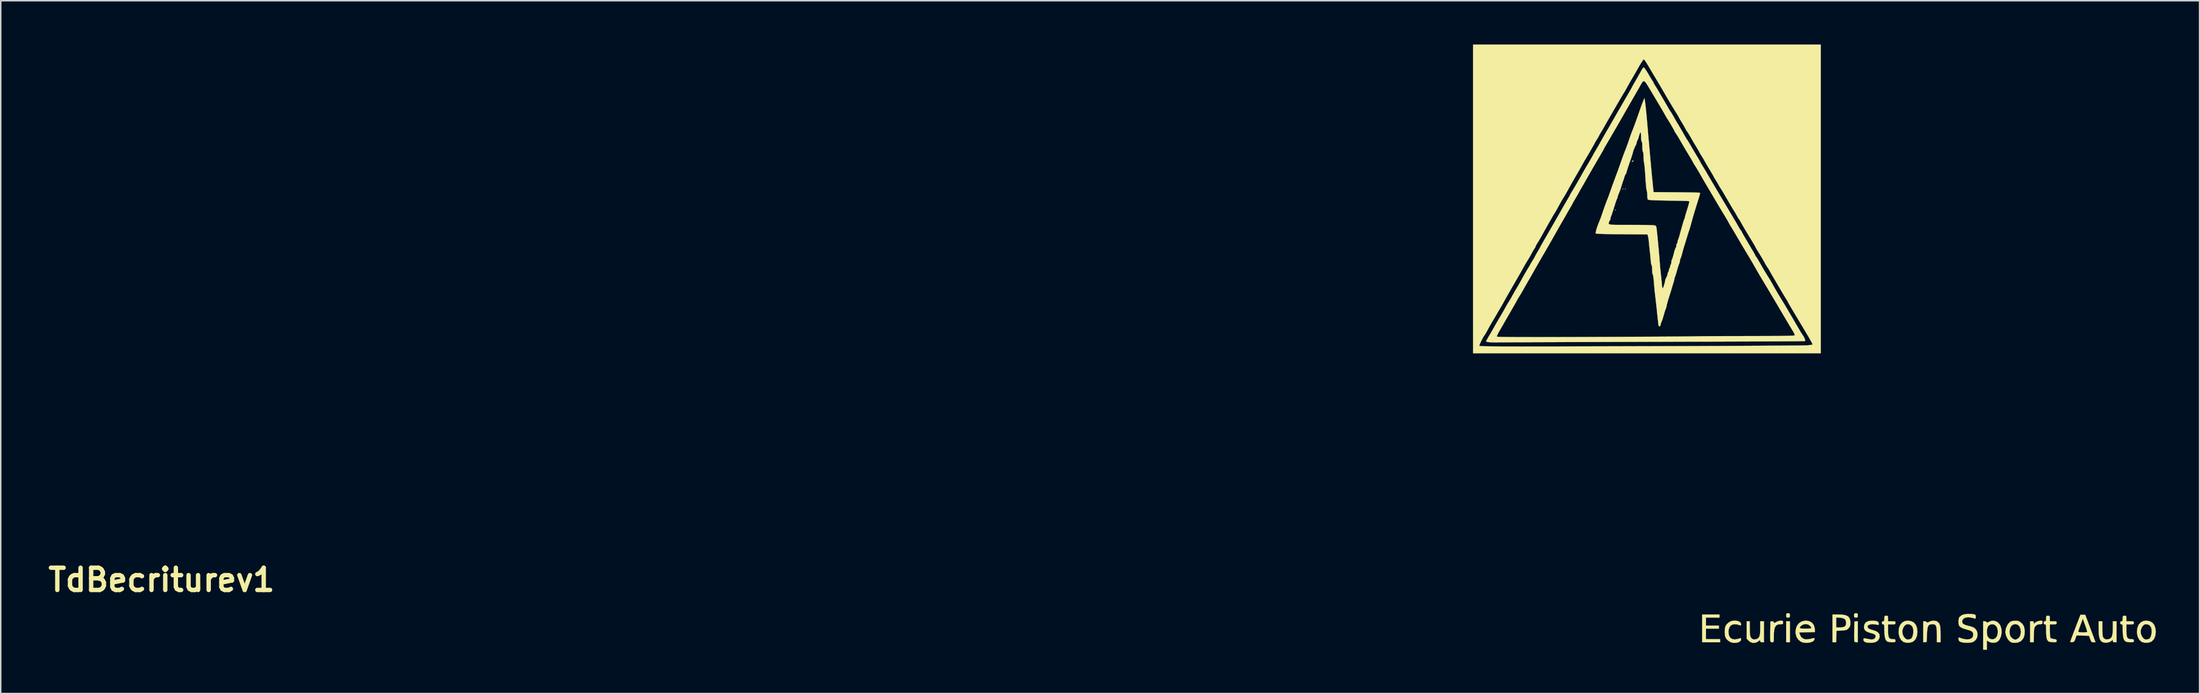
<source format=kicad_pcb>
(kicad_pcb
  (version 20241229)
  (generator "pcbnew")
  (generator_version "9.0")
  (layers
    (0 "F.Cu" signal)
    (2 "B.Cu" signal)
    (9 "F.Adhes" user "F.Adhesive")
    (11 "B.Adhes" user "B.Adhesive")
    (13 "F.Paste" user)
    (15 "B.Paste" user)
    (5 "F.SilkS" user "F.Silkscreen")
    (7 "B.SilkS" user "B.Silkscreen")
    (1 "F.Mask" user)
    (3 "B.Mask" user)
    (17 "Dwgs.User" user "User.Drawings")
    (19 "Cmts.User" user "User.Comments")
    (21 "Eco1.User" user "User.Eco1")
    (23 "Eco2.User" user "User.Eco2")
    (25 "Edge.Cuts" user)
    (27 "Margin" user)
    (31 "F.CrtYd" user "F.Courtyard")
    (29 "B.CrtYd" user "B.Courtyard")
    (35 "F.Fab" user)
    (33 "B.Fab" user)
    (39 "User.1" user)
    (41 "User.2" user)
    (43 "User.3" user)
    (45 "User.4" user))
  (footprint "TdBecriturev1"
    (layer "F.Cu")
    (at 8.026 36.708)
    (property "Reference" "TdBecriturev1" (at 0 0 0) (layer "F.SilkS") (effects (font (size 1.524 1.524) (thickness 0.3))))
    (attr through_hole)
    (fp_poly (pts (xy 111.633 4.276) (xy 111.379 4.276) (xy 111.379 2.836) (xy 111.633 2.836) (xy 111.633 4.276)) (stroke (width 0.01) (type solid)) (fill yes) (layer "F.SilkS"))
    (fp_poly (pts (xy 99.681 -25.386) (xy 99.686 -25.336) (xy 99.681 -25.329) (xy 99.656 -25.335) (xy 99.653 -25.358) (xy 99.668 -25.393) (xy 99.681 -25.386)) (stroke (width 0.01) (type solid)) (fill yes) (layer "F.SilkS"))
    (fp_poly (pts (xy 100.189 -26.825) (xy 100.194 -26.775) (xy 100.189 -26.769) (xy 100.164 -26.775) (xy 100.161 -26.797) (xy 100.176 -26.832) (xy 100.189 -26.825)) (stroke (width 0.01) (type solid)) (fill yes) (layer "F.SilkS"))
    (fp_poly (pts (xy 100.358 -26.825) (xy 100.363 -26.775) (xy 100.358 -26.769) (xy 100.333 -26.775) (xy 100.33 -26.797) (xy 100.345 -26.832) (xy 100.358 -26.825)) (stroke (width 0.01) (type solid)) (fill yes) (layer "F.SilkS"))
    (fp_poly (pts (xy 100.903 -28.743) (xy 100.898 -28.729) (xy 100.86 -28.677) (xy 100.815 -28.655) (xy 100.796 -28.676) (xy 100.824 -28.712) (xy 100.86 -28.745) (xy 100.906 -28.776) (xy 100.903 -28.743)) (stroke (width 0.01) (type solid)) (fill yes) (layer "F.SilkS"))
    (fp_poly (pts (xy 106.807 2.582) (xy 105.876 2.582) (xy 105.876 3.133) (xy 106.765 3.133) (xy 106.765 3.344) (xy 105.876 3.344) (xy 105.876 4.064) (xy 106.849 4.064) (xy 106.849 4.276) (xy 105.622 4.276) (xy 105.622 2.371) (xy 106.807 2.371) (xy 106.807 2.582)) (stroke (width 0.01) (type solid)) (fill yes) (layer "F.SilkS"))
    (fp_poly (pts (xy 111.591 2.294) (xy 111.626 2.336) (xy 111.633 2.434) (xy 111.626 2.534) (xy 111.59 2.575) (xy 111.506 2.582) (xy 111.421 2.574) (xy 111.386 2.532) (xy 111.379 2.434) (xy 111.386 2.335) (xy 111.422 2.294) (xy 111.506 2.286) (xy 111.591 2.294)) (stroke (width 0.01) (type solid)) (fill yes) (layer "F.SilkS"))
    (fp_poly (pts (xy 116.248 2.294) (xy 116.283 2.336) (xy 116.29 2.434) (xy 116.283 2.534) (xy 116.247 2.575) (xy 116.163 2.582) (xy 116.077 2.574) (xy 116.042 2.532) (xy 116.036 2.434) (xy 116.043 2.335) (xy 116.079 2.294) (xy 116.163 2.286) (xy 116.248 2.294)) (stroke (width 0.01) (type solid)) (fill yes) (layer "F.SilkS"))
    (fp_poly (pts (xy 116.29 4.276) (xy 116.183 4.276) (xy 116.094 4.256) (xy 116.054 4.221) (xy 116.048 4.161) (xy 116.044 4.033) (xy 116.042 3.853) (xy 116.043 3.635) (xy 116.045 3.512) (xy 116.057 2.857) (xy 116.173 2.844) (xy 116.29 2.831) (xy 116.29 4.276)) (stroke (width 0.01) (type solid)) (fill yes) (layer "F.SilkS"))
    (fp_poly (pts (xy 128.928 2.806) (xy 128.946 2.853) (xy 128.947 2.91) (xy 128.941 2.99) (xy 128.905 3.027) (xy 128.817 3.036) (xy 128.774 3.036) (xy 128.625 3.057) (xy 128.51 3.129) (xy 128.488 3.149) (xy 128.441 3.201) (xy 128.408 3.257) (xy 128.387 3.333) (xy 128.374 3.446) (xy 128.366 3.616) (xy 128.361 3.769) (xy 128.346 4.276) (xy 128.101 4.276) (xy 128.101 2.836) (xy 128.228 2.836) (xy 128.32 2.849) (xy 128.353 2.898) (xy 128.355 2.928) (xy 128.355 3.02) (xy 128.458 2.923) (xy 128.595 2.843) (xy 128.754 2.805) (xy 128.872 2.794) (xy 128.928 2.806)) (stroke (width 0.01) (type solid)) (fill yes) (layer "F.SilkS"))
    (fp_poly (pts (xy 108.881 3.296) (xy 108.886 3.5) (xy 108.897 3.686) (xy 108.915 3.83) (xy 108.929 3.891) (xy 109.011 4.022) (xy 109.138 4.082) (xy 109.303 4.071) (xy 109.333 4.062) (xy 109.438 4.012) (xy 109.513 3.936) (xy 109.562 3.819) (xy 109.589 3.649) (xy 109.6 3.413) (xy 109.601 3.304) (xy 109.601 2.836) (xy 109.855 2.836) (xy 109.855 4.276) (xy 109.728 4.276) (xy 109.636 4.263) (xy 109.603 4.214) (xy 109.601 4.187) (xy 109.597 4.135) (xy 109.571 4.131) (xy 109.507 4.178) (xy 109.471 4.208) (xy 109.297 4.305) (xy 109.111 4.323) (xy 108.93 4.264) (xy 108.814 4.174) (xy 108.67 4.03) (xy 108.67 2.836) (xy 108.881 2.836) (xy 108.881 3.296)) (stroke (width 0.01) (type solid)) (fill yes) (layer "F.SilkS"))
    (fp_poly (pts (xy 133.054 3.32) (xy 133.057 3.525) (xy 133.067 3.709) (xy 133.081 3.848) (xy 133.095 3.914) (xy 133.179 4.027) (xy 133.311 4.081) (xy 133.476 4.07) (xy 133.508 4.061) (xy 133.612 4.009) (xy 133.687 3.924) (xy 133.735 3.794) (xy 133.763 3.608) (xy 133.773 3.353) (xy 133.773 3.282) (xy 133.773 2.836) (xy 134.027 2.836) (xy 134.027 4.276) (xy 133.9 4.276) (xy 133.808 4.263) (xy 133.775 4.214) (xy 133.773 4.184) (xy 133.773 4.092) (xy 133.669 4.19) (xy 133.535 4.267) (xy 133.361 4.305) (xy 133.182 4.3) (xy 133.048 4.257) (xy 132.95 4.175) (xy 132.88 4.051) (xy 132.833 3.875) (xy 132.807 3.635) (xy 132.8 3.343) (xy 132.8 2.836) (xy 133.054 2.836) (xy 133.054 3.32)) (stroke (width 0.01) (type solid)) (fill yes) (layer "F.SilkS"))
    (fp_poly (pts (xy 115.25 2.384) (xy 115.469 2.426) (xy 115.623 2.505) (xy 115.721 2.625) (xy 115.771 2.792) (xy 115.782 2.961) (xy 115.771 3.11) (xy 115.73 3.219) (xy 115.66 3.31) (xy 115.594 3.378) (xy 115.528 3.42) (xy 115.44 3.445) (xy 115.305 3.461) (xy 115.184 3.469) (xy 114.829 3.493) (xy 114.805 4.276) (xy 114.554 4.276) (xy 114.554 3.26) (xy 114.808 3.26) (xy 115.053 3.26) (xy 115.239 3.246) (xy 115.371 3.206) (xy 115.391 3.194) (xy 115.456 3.124) (xy 115.483 3.016) (xy 115.485 2.946) (xy 115.465 2.791) (xy 115.398 2.686) (xy 115.271 2.623) (xy 115.075 2.591) (xy 115.06 2.59) (xy 114.808 2.572) (xy 114.808 3.26) (xy 114.554 3.26) (xy 114.554 2.371) (xy 114.958 2.371) (xy 115.25 2.384)) (stroke (width 0.01) (type solid)) (fill yes) (layer "F.SilkS"))
    (fp_poly (pts (xy 121.671 2.825) (xy 121.741 2.86) (xy 121.826 2.933) (xy 121.887 3.022) (xy 121.927 3.144) (xy 121.95 3.312) (xy 121.961 3.541) (xy 121.962 3.723) (xy 121.962 4.276) (xy 121.708 4.276) (xy 121.708 3.751) (xy 121.704 3.485) (xy 121.687 3.292) (xy 121.653 3.161) (xy 121.598 3.082) (xy 121.515 3.044) (xy 121.401 3.035) (xy 121.391 3.035) (xy 121.266 3.049) (xy 121.175 3.089) (xy 121.112 3.167) (xy 121.071 3.295) (xy 121.046 3.484) (xy 121.031 3.737) (xy 121.01 4.255) (xy 120.893 4.268) (xy 120.777 4.281) (xy 120.777 2.836) (xy 120.884 2.836) (xy 120.974 2.858) (xy 121.015 2.897) (xy 121.042 2.93) (xy 121.098 2.918) (xy 121.172 2.876) (xy 121.33 2.815) (xy 121.508 2.797) (xy 121.671 2.825)) (stroke (width 0.01) (type solid)) (fill yes) (layer "F.SilkS"))
    (fp_poly (pts (xy 111.113 2.8) (xy 111.157 2.831) (xy 111.167 2.906) (xy 111.167 2.917) (xy 111.162 2.993) (xy 111.129 3.028) (xy 111.047 3.038) (xy 110.977 3.037) (xy 110.821 3.053) (xy 110.704 3.112) (xy 110.62 3.221) (xy 110.567 3.39) (xy 110.539 3.626) (xy 110.533 3.884) (xy 110.532 4.067) (xy 110.526 4.182) (xy 110.512 4.244) (xy 110.485 4.27) (xy 110.44 4.276) (xy 110.425 4.276) (xy 110.336 4.256) (xy 110.297 4.221) (xy 110.29 4.161) (xy 110.286 4.033) (xy 110.285 3.853) (xy 110.286 3.635) (xy 110.288 3.512) (xy 110.299 2.857) (xy 110.416 2.844) (xy 110.506 2.849) (xy 110.532 2.897) (xy 110.538 2.947) (xy 110.567 2.956) (xy 110.638 2.922) (xy 110.711 2.879) (xy 110.851 2.821) (xy 111 2.794) (xy 111.009 2.794) (xy 111.113 2.8)) (stroke (width 0.01) (type solid)) (fill yes) (layer "F.SilkS"))
    (fp_poly (pts (xy 107.969 2.8) (xy 108.119 2.841) (xy 108.232 2.91) (xy 108.286 3.006) (xy 108.289 3.032) (xy 108.278 3.109) (xy 108.234 3.118) (xy 108.215 3.111) (xy 107.97 3.04) (xy 107.765 3.039) (xy 107.603 3.107) (xy 107.49 3.241) (xy 107.431 3.438) (xy 107.423 3.559) (xy 107.451 3.786) (xy 107.535 3.951) (xy 107.67 4.05) (xy 107.853 4.083) (xy 108.08 4.047) (xy 108.215 4) (xy 108.269 3.995) (xy 108.288 4.051) (xy 108.289 4.08) (xy 108.251 4.181) (xy 108.151 4.257) (xy 108.008 4.305) (xy 107.842 4.321) (xy 107.671 4.301) (xy 107.517 4.243) (xy 107.484 4.223) (xy 107.333 4.104) (xy 107.237 3.98) (xy 107.186 3.827) (xy 107.168 3.622) (xy 107.167 3.556) (xy 107.178 3.333) (xy 107.219 3.169) (xy 107.302 3.04) (xy 107.438 2.922) (xy 107.484 2.889) (xy 107.632 2.821) (xy 107.8 2.792) (xy 107.969 2.8)) (stroke (width 0.01) (type solid)) (fill yes) (layer "F.SilkS"))
    (fp_poly (pts (xy 125.665 2.808) (xy 125.847 2.882) (xy 125.997 3.021) (xy 126.07 3.144) (xy 126.136 3.369) (xy 126.148 3.613) (xy 126.108 3.852) (xy 126.022 4.062) (xy 125.907 4.207) (xy 125.765 4.283) (xy 125.585 4.311) (xy 125.401 4.288) (xy 125.287 4.24) (xy 125.137 4.152) (xy 125.137 4.784) (xy 124.883 4.784) (xy 124.883 3.549) (xy 125.139 3.549) (xy 125.151 3.735) (xy 125.189 3.878) (xy 125.287 4.002) (xy 125.426 4.068) (xy 125.58 4.07) (xy 125.724 4.003) (xy 125.739 3.99) (xy 125.83 3.86) (xy 125.88 3.682) (xy 125.886 3.486) (xy 125.847 3.298) (xy 125.795 3.193) (xy 125.678 3.081) (xy 125.535 3.035) (xy 125.387 3.054) (xy 125.259 3.137) (xy 125.2 3.22) (xy 125.156 3.364) (xy 125.139 3.549) (xy 124.883 3.549) (xy 124.883 2.836) (xy 124.99 2.836) (xy 125.08 2.858) (xy 125.121 2.897) (xy 125.149 2.93) (xy 125.204 2.918) (xy 125.278 2.876) (xy 125.47 2.804) (xy 125.665 2.808)) (stroke (width 0.01) (type solid)) (fill yes) (layer "F.SilkS"))
    (fp_poly (pts (xy 119.955 2.829) (xy 120.141 2.931) (xy 120.275 3.096) (xy 120.354 3.323) (xy 120.375 3.556) (xy 120.346 3.83) (xy 120.259 4.046) (xy 120.118 4.201) (xy 120.056 4.24) (xy 119.861 4.304) (xy 119.647 4.312) (xy 119.448 4.263) (xy 119.388 4.232) (xy 119.246 4.099) (xy 119.144 3.905) (xy 119.091 3.668) (xy 119.086 3.556) (xy 119.338 3.556) (xy 119.363 3.72) (xy 119.428 3.872) (xy 119.521 3.996) (xy 119.628 4.074) (xy 119.735 4.09) (xy 119.754 4.085) (xy 119.85 4.065) (xy 119.871 4.064) (xy 119.953 4.025) (xy 120.02 3.923) (xy 120.068 3.777) (xy 120.094 3.607) (xy 120.093 3.434) (xy 120.062 3.278) (xy 120.037 3.22) (xy 119.935 3.102) (xy 119.795 3.039) (xy 119.645 3.041) (xy 119.597 3.059) (xy 119.485 3.152) (xy 119.395 3.3) (xy 119.344 3.474) (xy 119.338 3.556) (xy 119.086 3.556) (xy 119.116 3.289) (xy 119.205 3.073) (xy 119.346 2.914) (xy 119.534 2.819) (xy 119.719 2.794) (xy 119.955 2.829)) (stroke (width 0.01) (type solid)) (fill yes) (layer "F.SilkS"))
    (fp_poly (pts (xy 136.296 2.829) (xy 136.482 2.931) (xy 136.616 3.096) (xy 136.694 3.323) (xy 136.715 3.556) (xy 136.686 3.83) (xy 136.6 4.046) (xy 136.458 4.201) (xy 136.397 4.24) (xy 136.202 4.304) (xy 135.987 4.312) (xy 135.789 4.263) (xy 135.729 4.232) (xy 135.586 4.099) (xy 135.485 3.905) (xy 135.432 3.668) (xy 135.426 3.556) (xy 135.678 3.556) (xy 135.703 3.72) (xy 135.769 3.872) (xy 135.862 3.996) (xy 135.969 4.074) (xy 136.076 4.09) (xy 136.095 4.085) (xy 136.19 4.065) (xy 136.212 4.064) (xy 136.293 4.025) (xy 136.36 3.923) (xy 136.409 3.777) (xy 136.435 3.607) (xy 136.434 3.434) (xy 136.403 3.278) (xy 136.378 3.22) (xy 136.276 3.102) (xy 136.136 3.039) (xy 135.986 3.041) (xy 135.937 3.059) (xy 135.825 3.152) (xy 135.736 3.3) (xy 135.685 3.474) (xy 135.678 3.556) (xy 135.426 3.556) (xy 135.457 3.289) (xy 135.546 3.073) (xy 135.687 2.914) (xy 135.875 2.819) (xy 136.06 2.794) (xy 136.296 2.829)) (stroke (width 0.01) (type solid)) (fill yes) (layer "F.SilkS"))
    (fp_poly (pts (xy 132.12 3.027) (xy 132.212 3.273) (xy 132.305 3.519) (xy 132.388 3.741) (xy 132.453 3.917) (xy 132.473 3.969) (xy 132.586 4.276) (xy 132.444 4.276) (xy 132.361 4.269) (xy 132.307 4.238) (xy 132.263 4.16) (xy 132.222 4.053) (xy 132.143 3.831) (xy 131.287 3.807) (xy 131.207 4.031) (xy 131.156 4.161) (xy 131.108 4.23) (xy 131.045 4.26) (xy 130.99 4.268) (xy 130.897 4.268) (xy 130.853 4.249) (xy 130.853 4.247) (xy 130.868 4.199) (xy 130.909 4.084) (xy 130.972 3.913) (xy 131.053 3.698) (xy 131.109 3.55) (xy 131.403 3.55) (xy 131.441 3.573) (xy 131.537 3.589) (xy 131.667 3.598) (xy 131.805 3.599) (xy 131.924 3.59) (xy 132 3.573) (xy 132.012 3.564) (xy 132.007 3.512) (xy 131.976 3.399) (xy 131.926 3.243) (xy 131.874 3.095) (xy 131.714 2.66) (xy 131.559 3.081) (xy 131.494 3.259) (xy 131.443 3.409) (xy 131.41 3.513) (xy 131.403 3.55) (xy 131.109 3.55) (xy 131.147 3.45) (xy 131.204 3.302) (xy 131.553 2.392) (xy 131.88 2.392) (xy 132.12 3.027)) (stroke (width 0.01) (type solid)) (fill yes) (layer "F.SilkS"))
    (fp_poly (pts (xy 127.294 2.818) (xy 127.394 2.868) (xy 127.421 2.886) (xy 127.581 3.026) (xy 127.68 3.196) (xy 127.726 3.413) (xy 127.732 3.556) (xy 127.71 3.808) (xy 127.64 4.002) (xy 127.514 4.155) (xy 127.425 4.223) (xy 127.264 4.291) (xy 127.068 4.317) (xy 126.875 4.299) (xy 126.806 4.277) (xy 126.671 4.183) (xy 126.552 4.028) (xy 126.461 3.837) (xy 126.412 3.634) (xy 126.408 3.556) (xy 126.411 3.537) (xy 126.693 3.537) (xy 126.711 3.753) (xy 126.781 3.912) (xy 126.913 4.03) (xy 127.068 4.105) (xy 127.106 4.094) (xy 127.192 4.064) (xy 127.197 4.063) (xy 127.336 3.971) (xy 127.427 3.815) (xy 127.465 3.602) (xy 127.466 3.556) (xy 127.438 3.338) (xy 127.362 3.173) (xy 127.244 3.067) (xy 127.094 3.03) (xy 126.956 3.055) (xy 126.825 3.143) (xy 126.735 3.296) (xy 126.695 3.497) (xy 126.693 3.537) (xy 126.411 3.537) (xy 126.446 3.317) (xy 126.549 3.09) (xy 126.637 2.973) (xy 126.728 2.884) (xy 126.815 2.836) (xy 126.933 2.812) (xy 127.026 2.804) (xy 127.184 2.8) (xy 127.294 2.818)) (stroke (width 0.01) (type solid)) (fill yes) (layer "F.SilkS"))
    (fp_poly (pts (xy 112.963 2.83) (xy 113.145 2.934) (xy 113.272 3.095) (xy 113.335 3.308) (xy 113.34 3.374) (xy 113.347 3.577) (xy 112.811 3.589) (xy 112.275 3.601) (xy 112.312 3.732) (xy 112.401 3.913) (xy 112.542 4.029) (xy 112.733 4.078) (xy 112.971 4.06) (xy 113.046 4.042) (xy 113.197 4.004) (xy 113.282 3.987) (xy 113.319 3.994) (xy 113.325 4.027) (xy 113.319 4.075) (xy 113.266 4.17) (xy 113.149 4.245) (xy 112.99 4.295) (xy 112.806 4.317) (xy 112.619 4.308) (xy 112.447 4.264) (xy 112.394 4.24) (xy 112.209 4.096) (xy 112.085 3.899) (xy 112.025 3.661) (xy 112.033 3.411) (xy 112.073 3.279) (xy 112.309 3.279) (xy 112.347 3.317) (xy 112.455 3.337) (xy 112.638 3.344) (xy 112.713 3.344) (xy 112.888 3.34) (xy 113.024 3.33) (xy 113.102 3.314) (xy 113.115 3.304) (xy 113.089 3.248) (xy 113.027 3.163) (xy 113.016 3.149) (xy 112.888 3.06) (xy 112.726 3.027) (xy 112.559 3.05) (xy 112.418 3.131) (xy 112.416 3.133) (xy 112.334 3.219) (xy 112.309 3.279) (xy 112.073 3.279) (xy 112.106 3.171) (xy 112.241 2.984) (xy 112.428 2.856) (xy 112.66 2.797) (xy 112.734 2.794) (xy 112.963 2.83)) (stroke (width 0.01) (type solid)) (fill yes) (layer "F.SilkS"))
    (fp_poly (pts (xy 117.272 2.798) (xy 117.476 2.809) (xy 117.609 2.836) (xy 117.685 2.884) (xy 117.719 2.959) (xy 117.721 2.976) (xy 117.727 3.043) (xy 117.711 3.077) (xy 117.656 3.081) (xy 117.543 3.062) (xy 117.475 3.049) (xy 117.296 3.032) (xy 117.136 3.05) (xy 117.015 3.099) (xy 116.955 3.173) (xy 116.968 3.271) (xy 117.062 3.353) (xy 117.238 3.42) (xy 117.284 3.432) (xy 117.526 3.511) (xy 117.688 3.613) (xy 117.774 3.742) (xy 117.785 3.901) (xy 117.759 4.008) (xy 117.665 4.162) (xy 117.508 4.264) (xy 117.29 4.31) (xy 117.179 4.313) (xy 117.032 4.307) (xy 116.909 4.295) (xy 116.861 4.287) (xy 116.731 4.227) (xy 116.673 4.132) (xy 116.671 4.104) (xy 116.68 4.04) (xy 116.718 4.01) (xy 116.801 4.011) (xy 116.944 4.04) (xy 116.994 4.052) (xy 117.216 4.086) (xy 117.377 4.064) (xy 117.476 3.986) (xy 117.509 3.887) (xy 117.508 3.813) (xy 117.474 3.757) (xy 117.394 3.71) (xy 117.254 3.663) (xy 117.115 3.625) (xy 116.913 3.553) (xy 116.786 3.459) (xy 116.723 3.331) (xy 116.713 3.231) (xy 116.746 3.043) (xy 116.844 2.908) (xy 117.008 2.826) (xy 117.237 2.798) (xy 117.272 2.798)) (stroke (width 0.01) (type solid)) (fill yes) (layer "F.SilkS"))
    (fp_poly (pts (xy 118.315 2.461) (xy 118.352 2.493) (xy 118.363 2.574) (xy 118.364 2.646) (xy 118.364 2.836) (xy 118.618 2.836) (xy 118.759 2.839) (xy 118.835 2.851) (xy 118.866 2.881) (xy 118.872 2.938) (xy 118.872 2.942) (xy 118.867 3.001) (xy 118.837 3.032) (xy 118.764 3.045) (xy 118.627 3.048) (xy 118.618 3.048) (xy 118.364 3.048) (xy 118.364 3.471) (xy 118.371 3.709) (xy 118.395 3.875) (xy 118.443 3.981) (xy 118.523 4.04) (xy 118.641 4.062) (xy 118.703 4.064) (xy 118.812 4.07) (xy 118.86 4.097) (xy 118.872 4.161) (xy 118.872 4.17) (xy 118.866 4.229) (xy 118.836 4.261) (xy 118.76 4.273) (xy 118.627 4.276) (xy 118.446 4.262) (xy 118.315 4.225) (xy 118.29 4.211) (xy 118.211 4.121) (xy 118.156 3.977) (xy 118.123 3.768) (xy 118.11 3.486) (xy 118.11 3.44) (xy 118.109 3.256) (xy 118.102 3.14) (xy 118.088 3.078) (xy 118.061 3.052) (xy 118.025 3.048) (xy 117.959 3.023) (xy 117.941 2.942) (xy 117.961 2.859) (xy 118.025 2.836) (xy 118.078 2.824) (xy 118.103 2.772) (xy 118.11 2.66) (xy 118.11 2.646) (xy 118.114 2.529) (xy 118.135 2.473) (xy 118.189 2.456) (xy 118.237 2.455) (xy 118.315 2.461)) (stroke (width 0.01) (type solid)) (fill yes) (layer "F.SilkS"))
    (fp_poly (pts (xy 129.406 2.461) (xy 129.443 2.493) (xy 129.455 2.574) (xy 129.455 2.646) (xy 129.455 2.836) (xy 129.688 2.836) (xy 129.822 2.839) (xy 129.891 2.854) (xy 129.917 2.889) (xy 129.921 2.942) (xy 129.915 3.003) (xy 129.883 3.034) (xy 129.804 3.046) (xy 129.688 3.048) (xy 129.455 3.048) (xy 129.456 3.482) (xy 129.46 3.67) (xy 129.469 3.829) (xy 129.483 3.938) (xy 129.493 3.973) (xy 129.554 4.012) (xy 129.667 4.044) (xy 129.725 4.053) (xy 129.846 4.072) (xy 129.904 4.102) (xy 129.921 4.158) (xy 129.921 4.175) (xy 129.914 4.234) (xy 129.879 4.263) (xy 129.794 4.273) (xy 129.699 4.273) (xy 129.552 4.263) (xy 129.427 4.24) (xy 129.383 4.225) (xy 129.308 4.165) (xy 129.255 4.062) (xy 129.221 3.905) (xy 129.204 3.683) (xy 129.201 3.486) (xy 129.2 3.29) (xy 129.195 3.163) (xy 129.183 3.09) (xy 129.161 3.057) (xy 129.126 3.048) (xy 129.117 3.048) (xy 129.05 3.023) (xy 129.032 2.942) (xy 129.052 2.859) (xy 129.117 2.836) (xy 129.17 2.824) (xy 129.195 2.772) (xy 129.201 2.66) (xy 129.201 2.646) (xy 129.205 2.529) (xy 129.226 2.473) (xy 129.28 2.456) (xy 129.328 2.455) (xy 129.406 2.461)) (stroke (width 0.01) (type solid)) (fill yes) (layer "F.SilkS"))
    (fp_poly (pts (xy 134.656 2.461) (xy 134.693 2.493) (xy 134.704 2.574) (xy 134.705 2.646) (xy 134.705 2.836) (xy 134.959 2.836) (xy 135.099 2.839) (xy 135.175 2.851) (xy 135.207 2.881) (xy 135.213 2.938) (xy 135.213 2.942) (xy 135.207 3.001) (xy 135.178 3.032) (xy 135.105 3.045) (xy 134.968 3.048) (xy 134.959 3.048) (xy 134.705 3.048) (xy 134.705 3.471) (xy 134.711 3.709) (xy 134.735 3.875) (xy 134.784 3.981) (xy 134.864 4.04) (xy 134.982 4.062) (xy 135.043 4.064) (xy 135.152 4.07) (xy 135.201 4.097) (xy 135.213 4.161) (xy 135.213 4.17) (xy 135.207 4.229) (xy 135.177 4.261) (xy 135.101 4.273) (xy 134.968 4.276) (xy 134.786 4.262) (xy 134.655 4.225) (xy 134.631 4.211) (xy 134.551 4.121) (xy 134.496 3.977) (xy 134.463 3.768) (xy 134.451 3.486) (xy 134.451 3.44) (xy 134.449 3.256) (xy 134.443 3.14) (xy 134.428 3.078) (xy 134.402 3.052) (xy 134.366 3.048) (xy 134.3 3.023) (xy 134.281 2.942) (xy 134.301 2.859) (xy 134.366 2.836) (xy 134.419 2.824) (xy 134.444 2.772) (xy 134.451 2.66) (xy 134.451 2.646) (xy 134.454 2.529) (xy 134.476 2.473) (xy 134.53 2.456) (xy 134.578 2.455) (xy 134.656 2.461)) (stroke (width 0.01) (type solid)) (fill yes) (layer "F.SilkS"))
    (fp_poly (pts (xy 124.107 2.34) (xy 124.217 2.356) (xy 124.321 2.38) (xy 124.365 2.423) (xy 124.375 2.513) (xy 124.375 2.529) (xy 124.366 2.628) (xy 124.335 2.657) (xy 124.314 2.653) (xy 124.071 2.581) (xy 123.853 2.56) (xy 123.67 2.585) (xy 123.535 2.655) (xy 123.458 2.766) (xy 123.444 2.854) (xy 123.463 2.953) (xy 123.527 3.028) (xy 123.65 3.088) (xy 123.844 3.143) (xy 123.865 3.148) (xy 124.031 3.191) (xy 124.177 3.241) (xy 124.271 3.286) (xy 124.406 3.42) (xy 124.481 3.591) (xy 124.498 3.778) (xy 124.459 3.963) (xy 124.365 4.124) (xy 124.219 4.241) (xy 124.185 4.257) (xy 124.031 4.296) (xy 123.83 4.312) (xy 123.617 4.306) (xy 123.428 4.278) (xy 123.359 4.258) (xy 123.256 4.208) (xy 123.209 4.135) (xy 123.197 4.065) (xy 123.194 3.973) (xy 123.217 3.946) (xy 123.261 3.959) (xy 123.506 4.041) (xy 123.737 4.08) (xy 123.93 4.069) (xy 123.95 4.065) (xy 124.101 3.997) (xy 124.183 3.888) (xy 124.206 3.735) (xy 124.182 3.617) (xy 124.103 3.528) (xy 123.957 3.459) (xy 123.801 3.415) (xy 123.544 3.34) (xy 123.356 3.252) (xy 123.245 3.154) (xy 123.234 3.135) (xy 123.201 3.019) (xy 123.191 2.864) (xy 123.204 2.706) (xy 123.237 2.581) (xy 123.252 2.555) (xy 123.382 2.439) (xy 123.576 2.363) (xy 123.822 2.329) (xy 124.107 2.34)) (stroke (width 0.01) (type solid)) (fill yes) (layer "F.SilkS"))
    (fp_poly (pts (xy 113.75 -15.536) (xy 89.916 -15.536) (xy 89.916 -16.053) (xy 90.339 -16.053) (xy 90.345 -16.046) (xy 90.365 -16.04) (xy 90.402 -16.034) (xy 90.459 -16.029) (xy 90.538 -16.024) (xy 90.643 -16.02) (xy 90.777 -16.016) (xy 90.942 -16.013) (xy 91.142 -16.01) (xy 91.38 -16.008) (xy 91.658 -16.006) (xy 91.98 -16.004) (xy 92.348 -16.003) (xy 92.765 -16.003) (xy 93.235 -16.002) (xy 93.759 -16.003) (xy 94.343 -16.003) (xy 94.987 -16.004) (xy 95.695 -16.005) (xy 96.471 -16.007) (xy 97.317 -16.009) (xy 98.235 -16.011) (xy 99.23 -16.014) (xy 100.303 -16.017) (xy 101.399 -16.02) (xy 102.365 -16.023) (xy 103.312 -16.026) (xy 104.234 -16.029) (xy 105.13 -16.032) (xy 105.995 -16.036) (xy 106.825 -16.039) (xy 107.617 -16.043) (xy 108.367 -16.046) (xy 109.071 -16.05) (xy 109.727 -16.053) (xy 110.329 -16.057) (xy 110.875 -16.06) (xy 111.361 -16.063) (xy 111.784 -16.067) (xy 112.138 -16.07) (xy 112.422 -16.073) (xy 112.631 -16.076) (xy 112.761 -16.079) (xy 112.805 -16.08) (xy 112.968 -16.096) (xy 113.097 -16.114) (xy 113.169 -16.131) (xy 113.177 -16.135) (xy 113.181 -16.15) (xy 113.173 -16.182) (xy 113.149 -16.237) (xy 113.106 -16.321) (xy 113.039 -16.441) (xy 112.946 -16.604) (xy 112.821 -16.815) (xy 112.663 -17.082) (xy 112.467 -17.41) (xy 112.316 -17.662) (xy 112.1 -18.023) (xy 111.923 -18.318) (xy 111.783 -18.554) (xy 111.674 -18.739) (xy 111.593 -18.878) (xy 111.536 -18.979) (xy 111.498 -19.049) (xy 111.478 -19.092) (xy 111.434 -19.173) (xy 111.377 -19.262) (xy 111.333 -19.332) (xy 111.254 -19.462) (xy 111.147 -19.64) (xy 111.021 -19.853) (xy 110.883 -20.087) (xy 110.74 -20.33) (xy 110.6 -20.57) (xy 110.47 -20.792) (xy 110.359 -20.985) (xy 110.273 -21.136) (xy 110.22 -21.23) (xy 110.16 -21.337) (xy 110.114 -21.408) (xy 110.103 -21.421) (xy 110.086 -21.439) (xy 110.059 -21.48) (xy 110.014 -21.555) (xy 109.945 -21.675) (xy 109.845 -21.852) (xy 109.779 -21.971) (xy 109.705 -22.097) (xy 109.605 -22.264) (xy 109.497 -22.441) (xy 109.467 -22.489) (xy 109.377 -22.635) (xy 109.307 -22.752) (xy 109.268 -22.823) (xy 109.262 -22.836) (xy 109.258 -22.85) (xy 109.241 -22.884) (xy 109.207 -22.944) (xy 109.15 -23.04) (xy 109.067 -23.179) (xy 108.952 -23.37) (xy 108.8 -23.62) (xy 108.709 -23.77) (xy 108.588 -23.973) (xy 108.474 -24.166) (xy 108.379 -24.33) (xy 108.315 -24.446) (xy 108.307 -24.46) (xy 108.238 -24.585) (xy 108.175 -24.687) (xy 108.154 -24.714) (xy 108.1 -24.794) (xy 108.029 -24.913) (xy 107.994 -24.977) (xy 107.907 -25.133) (xy 107.812 -25.292) (xy 107.784 -25.337) (xy 107.703 -25.465) (xy 107.605 -25.629) (xy 107.527 -25.762) (xy 107.359 -26.053) (xy 107.226 -26.28) (xy 107.123 -26.457) (xy 107.043 -26.592) (xy 106.979 -26.698) (xy 106.924 -26.785) (xy 106.89 -26.839) (xy 106.808 -26.97) (xy 106.738 -27.09) (xy 106.714 -27.136) (xy 106.659 -27.235) (xy 106.58 -27.363) (xy 106.544 -27.418) (xy 106.476 -27.524) (xy 106.434 -27.599) (xy 106.426 -27.618) (xy 106.405 -27.661) (xy 106.35 -27.761) (xy 106.268 -27.9) (xy 106.2 -28.014) (xy 106.05 -28.263) (xy 105.916 -28.491) (xy 105.777 -28.734) (xy 105.688 -28.892) (xy 105.637 -28.978) (xy 105.562 -29.098) (xy 105.525 -29.156) (xy 105.459 -29.263) (xy 105.417 -29.339) (xy 105.41 -29.358) (xy 105.389 -29.402) (xy 105.333 -29.5) (xy 105.251 -29.636) (xy 105.194 -29.729) (xy 105.076 -29.922) (xy 104.955 -30.128) (xy 104.852 -30.309) (xy 104.828 -30.353) (xy 104.744 -30.501) (xy 104.666 -30.63) (xy 104.61 -30.711) (xy 104.608 -30.713) (xy 104.538 -30.814) (xy 104.477 -30.924) (xy 104.427 -31.018) (xy 104.347 -31.159) (xy 104.251 -31.322) (xy 104.214 -31.383) (xy 104.126 -31.53) (xy 104.057 -31.648) (xy 104.018 -31.72) (xy 104.013 -31.733) (xy 103.992 -31.775) (xy 103.937 -31.867) (xy 103.871 -31.973) (xy 103.797 -32.09) (xy 103.692 -32.263) (xy 103.564 -32.474) (xy 103.425 -32.706) (xy 103.284 -32.943) (xy 103.152 -33.166) (xy 103.04 -33.359) (xy 102.956 -33.504) (xy 102.949 -33.517) (xy 102.897 -33.607) (xy 102.811 -33.754) (xy 102.701 -33.94) (xy 102.576 -34.151) (xy 102.493 -34.29) (xy 102.348 -34.532) (xy 102.197 -34.786) (xy 102.055 -35.025) (xy 101.936 -35.227) (xy 101.896 -35.295) (xy 101.798 -35.456) (xy 101.711 -35.584) (xy 101.646 -35.666) (xy 101.617 -35.687) (xy 101.582 -35.661) (xy 101.522 -35.582) (xy 101.433 -35.443) (xy 101.312 -35.241) (xy 101.157 -34.971) (xy 101.048 -34.777) (xy 100.969 -34.639) (xy 100.893 -34.508) (xy 100.876 -34.48) (xy 100.745 -34.258) (xy 100.598 -34) (xy 100.458 -33.749) (xy 100.407 -33.656) (xy 100.335 -33.526) (xy 100.275 -33.424) (xy 100.244 -33.379) (xy 100.216 -33.334) (xy 100.151 -33.225) (xy 100.056 -33.064) (xy 99.937 -32.859) (xy 99.798 -32.621) (xy 99.646 -32.359) (xy 99.487 -32.084) (xy 99.327 -31.807) (xy 99.171 -31.536) (xy 99.026 -31.282) (xy 98.896 -31.055) (xy 98.858 -30.988) (xy 98.771 -30.837) (xy 98.68 -30.686) (xy 98.651 -30.64) (xy 98.591 -30.539) (xy 98.556 -30.47) (xy 98.552 -30.458) (xy 98.531 -30.412) (xy 98.476 -30.317) (xy 98.404 -30.202) (xy 98.328 -30.081) (xy 98.274 -29.99) (xy 98.256 -29.951) (xy 98.236 -29.911) (xy 98.181 -29.813) (xy 98.101 -29.672) (xy 98.005 -29.503) (xy 97.9 -29.321) (xy 97.795 -29.141) (xy 97.699 -28.979) (xy 97.622 -28.848) (xy 97.584 -28.787) (xy 97.526 -28.688) (xy 97.45 -28.553) (xy 97.404 -28.469) (xy 97.339 -28.352) (xy 97.244 -28.183) (xy 97.129 -27.984) (xy 97.008 -27.777) (xy 96.992 -27.75) (xy 96.854 -27.511) (xy 96.703 -27.247) (xy 96.56 -26.991) (xy 96.453 -26.797) (xy 96.346 -26.603) (xy 96.241 -26.419) (xy 96.151 -26.268) (xy 96.097 -26.183) (xy 96.027 -26.07) (xy 95.933 -25.909) (xy 95.831 -25.726) (xy 95.783 -25.635) (xy 95.689 -25.461) (xy 95.601 -25.305) (xy 95.533 -25.188) (xy 95.507 -25.148) (xy 95.455 -25.066) (xy 95.369 -24.921) (xy 95.254 -24.722) (xy 95.116 -24.481) (xy 94.962 -24.208) (xy 94.797 -23.913) (xy 94.78 -23.883) (xy 94.634 -23.622) (xy 94.518 -23.418) (xy 94.423 -23.255) (xy 94.338 -23.117) (xy 94.314 -23.079) (xy 94.246 -22.964) (xy 94.201 -22.875) (xy 94.192 -22.844) (xy 94.167 -22.781) (xy 94.134 -22.736) (xy 94.087 -22.667) (xy 94.016 -22.546) (xy 93.937 -22.401) (xy 93.934 -22.394) (xy 93.843 -22.227) (xy 93.749 -22.064) (xy 93.678 -21.95) (xy 93.605 -21.833) (xy 93.509 -21.671) (xy 93.407 -21.494) (xy 93.378 -21.442) (xy 93.311 -21.321) (xy 93.253 -21.218) (xy 93.199 -21.122) (xy 93.141 -21.02) (xy 93.073 -20.901) (xy 92.988 -20.753) (xy 92.879 -20.564) (xy 92.74 -20.323) (xy 92.604 -20.087) (xy 92.465 -19.847) (xy 92.332 -19.615) (xy 92.214 -19.407) (xy 92.121 -19.241) (xy 92.062 -19.135) (xy 91.971 -18.969) (xy 91.874 -18.798) (xy 91.823 -18.711) (xy 91.745 -18.581) (xy 91.645 -18.411) (xy 91.542 -18.233) (xy 91.525 -18.203) (xy 91.428 -18.036) (xy 91.335 -17.878) (xy 91.262 -17.757) (xy 91.25 -17.738) (xy 91.164 -17.594) (xy 91.049 -17.391) (xy 90.914 -17.145) (xy 90.811 -16.954) (xy 90.746 -16.844) (xy 90.687 -16.759) (xy 90.631 -16.674) (xy 90.559 -16.546) (xy 90.483 -16.396) (xy 90.413 -16.25) (xy 90.361 -16.129) (xy 90.339 -16.056) (xy 90.339 -16.053) (xy 89.916 -16.053) (xy 89.916 -36.703) (xy 113.75 -36.703) (xy 113.75 -15.536)) (stroke (width 0.01) (type solid)) (fill yes) (layer "F.SilkS"))
    (fp_poly (pts (xy 101.697 -32.825) (xy 101.719 -32.667) (xy 101.744 -32.454) (xy 101.773 -32.181) (xy 101.805 -31.842) (xy 101.842 -31.429) (xy 101.877 -31.03) (xy 101.901 -30.746) (xy 101.926 -30.458) (xy 101.95 -30.19) (xy 101.97 -29.965) (xy 101.981 -29.845) (xy 101.997 -29.666) (xy 102.018 -29.426) (xy 102.043 -29.15) (xy 102.068 -28.861) (xy 102.086 -28.66) (xy 102.111 -28.38) (xy 102.136 -28.1) (xy 102.16 -27.843) (xy 102.181 -27.632) (xy 102.192 -27.517) (xy 102.215 -27.303) (xy 102.238 -27.077) (xy 102.257 -26.886) (xy 102.259 -26.873) (xy 102.287 -26.588) (xy 103.866 -26.576) (xy 104.224 -26.573) (xy 104.554 -26.569) (xy 104.847 -26.564) (xy 105.095 -26.559) (xy 105.287 -26.553) (xy 105.414 -26.548) (xy 105.467 -26.543) (xy 105.467 -26.542) (xy 105.473 -26.519) (xy 105.466 -26.465) (xy 105.443 -26.371) (xy 105.402 -26.227) (xy 105.339 -26.024) (xy 105.254 -25.75) (xy 105.243 -25.718) (xy 105.067 -25.144) (xy 104.909 -24.595) (xy 104.857 -24.405) (xy 104.811 -24.236) (xy 104.768 -24.091) (xy 104.737 -23.995) (xy 104.732 -23.982) (xy 104.707 -23.908) (xy 104.664 -23.773) (xy 104.609 -23.599) (xy 104.565 -23.453) (xy 104.503 -23.251) (xy 104.445 -23.06) (xy 104.397 -22.908) (xy 104.375 -22.839) (xy 104.335 -22.708) (xy 104.287 -22.535) (xy 104.245 -22.373) (xy 104.204 -22.221) (xy 104.165 -22.102) (xy 104.136 -22.038) (xy 104.134 -22.037) (xy 104.105 -21.965) (xy 104.098 -21.898) (xy 104.082 -21.786) (xy 104.06 -21.727) (xy 104.021 -21.629) (xy 103.967 -21.466) (xy 103.904 -21.252) (xy 103.844 -21.04) (xy 103.805 -20.908) (xy 103.767 -20.801) (xy 103.755 -20.776) (xy 103.722 -20.681) (xy 103.717 -20.64) (xy 103.704 -20.563) (xy 103.673 -20.444) (xy 103.658 -20.396) (xy 103.612 -20.25) (xy 103.558 -20.072) (xy 103.525 -19.96) (xy 103.476 -19.795) (xy 103.412 -19.59) (xy 103.346 -19.383) (xy 103.335 -19.346) (xy 103.277 -19.161) (xy 103.228 -18.986) (xy 103.194 -18.851) (xy 103.189 -18.823) (xy 103.162 -18.698) (xy 103.131 -18.601) (xy 103.126 -18.59) (xy 103.091 -18.503) (xy 103.052 -18.384) (xy 103.049 -18.373) (xy 103.013 -18.249) (xy 102.965 -18.086) (xy 102.931 -17.971) (xy 102.886 -17.83) (xy 102.845 -17.723) (xy 102.821 -17.676) (xy 102.792 -17.604) (xy 102.785 -17.544) (xy 102.766 -17.46) (xy 102.722 -17.396) (xy 102.672 -17.374) (xy 102.64 -17.405) (xy 102.625 -17.479) (xy 102.607 -17.602) (xy 102.599 -17.674) (xy 102.552 -18.113) (xy 102.509 -18.519) (xy 102.47 -18.878) (xy 102.436 -19.18) (xy 102.408 -19.41) (xy 102.406 -19.431) (xy 102.384 -19.609) (xy 102.366 -19.773) (xy 102.349 -19.945) (xy 102.331 -20.146) (xy 102.31 -20.398) (xy 102.296 -20.574) (xy 102.279 -20.733) (xy 102.257 -20.859) (xy 102.235 -20.928) (xy 102.232 -20.932) (xy 102.212 -20.992) (xy 102.198 -21.111) (xy 102.193 -21.251) (xy 102.187 -21.4) (xy 102.173 -21.516) (xy 102.154 -21.571) (xy 102.131 -21.631) (xy 102.109 -21.75) (xy 102.093 -21.903) (xy 102.092 -21.907) (xy 102.076 -22.101) (xy 102.053 -22.33) (xy 102.029 -22.549) (xy 102.027 -22.564) (xy 102.004 -22.767) (xy 101.983 -22.971) (xy 101.968 -23.137) (xy 101.967 -23.156) (xy 101.95 -23.321) (xy 101.925 -23.476) (xy 101.911 -23.537) (xy 101.872 -23.686) (xy 100.118 -23.697) (xy 99.737 -23.7) (xy 99.384 -23.705) (xy 99.066 -23.711) (xy 98.794 -23.718) (xy 98.576 -23.725) (xy 98.421 -23.734) (xy 98.338 -23.742) (xy 98.327 -23.746) (xy 98.32 -23.804) (xy 98.341 -23.921) (xy 98.384 -24.08) (xy 98.444 -24.262) (xy 98.509 -24.43) (xy 99.209 -24.43) (xy 99.224 -24.399) (xy 99.266 -24.376) (xy 99.343 -24.36) (xy 99.462 -24.35) (xy 99.63 -24.344) (xy 99.857 -24.341) (xy 100.148 -24.341) (xy 100.511 -24.341) (xy 100.761 -24.341) (xy 101.152 -24.34) (xy 101.503 -24.337) (xy 101.809 -24.332) (xy 102.06 -24.325) (xy 102.248 -24.317) (xy 102.366 -24.308) (xy 102.404 -24.3) (xy 102.467 -24.226) (xy 102.48 -24.185) (xy 102.498 -24.058) (xy 102.521 -23.86) (xy 102.548 -23.607) (xy 102.577 -23.311) (xy 102.608 -22.986) (xy 102.639 -22.647) (xy 102.669 -22.308) (xy 102.695 -21.983) (xy 102.718 -21.685) (xy 102.719 -21.675) (xy 102.733 -21.502) (xy 102.754 -21.285) (xy 102.777 -21.061) (xy 102.784 -20.997) (xy 102.808 -20.774) (xy 102.832 -20.539) (xy 102.85 -20.334) (xy 102.853 -20.288) (xy 102.869 -20.139) (xy 102.887 -20.03) (xy 102.905 -19.982) (xy 102.907 -19.981) (xy 102.935 -20.018) (xy 102.975 -20.114) (xy 103.009 -20.216) (xy 103.049 -20.355) (xy 103.075 -20.466) (xy 103.082 -20.513) (xy 103.1 -20.601) (xy 103.124 -20.659) (xy 103.18 -20.771) (xy 103.209 -20.827) (xy 103.244 -20.935) (xy 103.251 -20.994) (xy 103.27 -21.076) (xy 103.293 -21.103) (xy 103.326 -21.162) (xy 103.336 -21.23) (xy 103.352 -21.319) (xy 103.378 -21.357) (xy 103.411 -21.416) (xy 103.42 -21.484) (xy 103.436 -21.573) (xy 103.463 -21.611) (xy 103.491 -21.668) (xy 103.505 -21.77) (xy 103.505 -21.78) (xy 103.514 -21.883) (xy 103.537 -21.943) (xy 103.539 -21.945) (xy 103.563 -21.993) (xy 103.601 -22.104) (xy 103.645 -22.26) (xy 103.674 -22.371) (xy 103.719 -22.542) (xy 103.762 -22.678) (xy 103.795 -22.759) (xy 103.809 -22.775) (xy 103.833 -22.812) (xy 103.844 -22.9) (xy 103.857 -22.998) (xy 103.886 -23.05) (xy 103.921 -23.11) (xy 103.928 -23.159) (xy 103.948 -23.27) (xy 103.967 -23.316) (xy 104.002 -23.403) (xy 104.042 -23.528) (xy 104.051 -23.558) (xy 104.152 -23.931) (xy 104.235 -24.227) (xy 104.3 -24.451) (xy 104.348 -24.608) (xy 104.381 -24.703) (xy 104.395 -24.733) (xy 104.43 -24.82) (xy 104.437 -24.86) (xy 104.449 -24.92) (xy 104.482 -25.041) (xy 104.532 -25.207) (xy 104.585 -25.378) (xy 104.644 -25.569) (xy 104.692 -25.734) (xy 104.723 -25.854) (xy 104.733 -25.909) (xy 104.735 -25.928) (xy 104.735 -25.943) (xy 104.727 -25.956) (xy 104.7 -25.965) (xy 104.648 -25.973) (xy 104.561 -25.979) (xy 104.432 -25.984) (xy 104.253 -25.988) (xy 104.015 -25.993) (xy 103.71 -25.998) (xy 103.33 -26.004) (xy 103.256 -26.005) (xy 102.868 -26.012) (xy 102.557 -26.02) (xy 102.316 -26.028) (xy 102.137 -26.038) (xy 102.012 -26.049) (xy 101.935 -26.063) (xy 101.896 -26.079) (xy 101.891 -26.084) (xy 101.871 -26.156) (xy 101.858 -26.28) (xy 101.855 -26.385) (xy 101.848 -26.532) (xy 101.83 -26.652) (xy 101.815 -26.702) (xy 101.8 -26.766) (xy 101.783 -26.9) (xy 101.764 -27.09) (xy 101.746 -27.321) (xy 101.729 -27.579) (xy 101.728 -27.601) (xy 101.711 -27.868) (xy 101.692 -28.115) (xy 101.673 -28.327) (xy 101.655 -28.487) (xy 101.64 -28.579) (xy 101.64 -28.58) (xy 101.619 -28.703) (xy 101.605 -28.871) (xy 101.6 -29.032) (xy 101.594 -29.184) (xy 101.58 -29.3) (xy 101.559 -29.357) (xy 101.558 -29.358) (xy 101.538 -29.41) (xy 101.523 -29.524) (xy 101.516 -29.679) (xy 101.515 -29.72) (xy 101.51 -29.887) (xy 101.497 -30.004) (xy 101.477 -30.056) (xy 101.473 -30.057) (xy 101.452 -30.096) (xy 101.437 -30.203) (xy 101.431 -30.359) (xy 101.431 -30.374) (xy 101.426 -30.526) (xy 101.415 -30.638) (xy 101.398 -30.69) (xy 101.395 -30.692) (xy 101.366 -30.654) (xy 101.327 -30.555) (xy 101.284 -30.417) (xy 101.284 -30.416) (xy 101.241 -30.273) (xy 101.2 -30.166) (xy 101.172 -30.117) (xy 101.14 -30.06) (xy 101.134 -30.011) (xy 101.114 -29.902) (xy 101.094 -29.855) (xy 101.022 -29.715) (xy 100.955 -29.567) (xy 100.905 -29.436) (xy 100.88 -29.348) (xy 100.88 -29.34) (xy 100.866 -29.278) (xy 100.828 -29.153) (xy 100.772 -28.979) (xy 100.702 -28.772) (xy 100.663 -28.66) (xy 100.585 -28.437) (xy 100.518 -28.234) (xy 100.465 -28.069) (xy 100.432 -27.958) (xy 100.426 -27.929) (xy 100.401 -27.845) (xy 100.374 -27.813) (xy 100.345 -27.776) (xy 100.308 -27.684) (xy 100.292 -27.633) (xy 100.252 -27.501) (xy 100.215 -27.391) (xy 100.206 -27.369) (xy 100.177 -27.288) (xy 100.134 -27.153) (xy 100.084 -26.991) (xy 100.076 -26.966) (xy 100.019 -26.787) (xy 99.957 -26.617) (xy 99.904 -26.491) (xy 99.902 -26.486) (xy 99.852 -26.367) (xy 99.824 -26.27) (xy 99.822 -26.251) (xy 99.803 -26.165) (xy 99.787 -26.139) (xy 99.759 -26.081) (xy 99.716 -25.965) (xy 99.666 -25.814) (xy 99.656 -25.781) (xy 99.548 -25.433) (xy 99.46 -25.163) (xy 99.393 -24.972) (xy 99.349 -24.864) (xy 99.325 -24.776) (xy 99.333 -24.727) (xy 99.334 -24.685) (xy 99.319 -24.68) (xy 99.277 -24.645) (xy 99.25 -24.585) (xy 99.23 -24.522) (xy 99.213 -24.471) (xy 99.209 -24.43) (xy 98.509 -24.43) (xy 98.516 -24.448) (xy 98.55 -24.527) (xy 98.603 -24.656) (xy 98.668 -24.829) (xy 98.732 -25.01) (xy 98.735 -25.019) (xy 98.826 -25.29) (xy 98.918 -25.551) (xy 99.002 -25.785) (xy 99.073 -25.974) (xy 99.123 -26.099) (xy 99.172 -26.22) (xy 99.227 -26.369) (xy 99.243 -26.416) (xy 99.303 -26.587) (xy 99.384 -26.816) (xy 99.479 -27.079) (xy 99.579 -27.355) (xy 99.677 -27.621) (xy 99.764 -27.856) (xy 99.78 -27.898) (xy 99.852 -28.092) (xy 99.938 -28.332) (xy 100.027 -28.582) (xy 100.083 -28.744) (xy 100.154 -28.947) (xy 100.221 -29.131) (xy 100.275 -29.277) (xy 100.308 -29.358) (xy 100.351 -29.464) (xy 100.414 -29.629) (xy 100.488 -29.833) (xy 100.567 -30.056) (xy 100.643 -30.276) (xy 100.686 -30.406) (xy 100.742 -30.563) (xy 100.812 -30.746) (xy 100.855 -30.851) (xy 100.908 -30.985) (xy 100.979 -31.175) (xy 101.06 -31.396) (xy 101.141 -31.624) (xy 101.148 -31.644) (xy 101.263 -31.972) (xy 101.354 -32.232) (xy 101.425 -32.433) (xy 101.482 -32.588) (xy 101.527 -32.708) (xy 101.565 -32.803) (xy 101.592 -32.868) (xy 101.663 -33.033) (xy 101.697 -32.825)) (stroke (width 0.01) (type solid)) (fill yes) (layer "F.SilkS"))
    (fp_poly (pts (xy 101.655 -35.102) (xy 101.726 -35.009) (xy 101.817 -34.871) (xy 101.893 -34.745) (xy 101.996 -34.57) (xy 102.091 -34.41) (xy 102.166 -34.288) (xy 102.198 -34.239) (xy 102.253 -34.154) (xy 102.277 -34.102) (xy 102.277 -34.101) (xy 102.298 -34.055) (xy 102.352 -33.96) (xy 102.416 -33.855) (xy 102.499 -33.722) (xy 102.57 -33.607) (xy 102.604 -33.549) (xy 102.644 -33.481) (xy 102.716 -33.357) (xy 102.811 -33.195) (xy 102.919 -33.011) (xy 102.926 -32.999) (xy 103.04 -32.804) (xy 103.147 -32.618) (xy 103.236 -32.464) (xy 103.292 -32.364) (xy 103.362 -32.246) (xy 103.423 -32.152) (xy 103.439 -32.131) (xy 103.484 -32.066) (xy 103.555 -31.948) (xy 103.641 -31.8) (xy 103.669 -31.75) (xy 103.755 -31.597) (xy 103.829 -31.467) (xy 103.878 -31.383) (xy 103.886 -31.369) (xy 103.985 -31.208) (xy 104.104 -31.007) (xy 104.228 -30.796) (xy 104.338 -30.603) (xy 104.407 -30.48) (xy 104.482 -30.346) (xy 104.549 -30.236) (xy 104.586 -30.184) (xy 104.628 -30.122) (xy 104.7 -30.005) (xy 104.792 -29.851) (xy 104.869 -29.718) (xy 104.991 -29.507) (xy 105.125 -29.28) (xy 105.248 -29.072) (xy 105.297 -28.991) (xy 105.385 -28.845) (xy 105.452 -28.728) (xy 105.49 -28.658) (xy 105.495 -28.646) (xy 105.515 -28.603) (xy 105.57 -28.508) (xy 105.648 -28.379) (xy 105.662 -28.357) (xy 105.776 -28.171) (xy 105.901 -27.962) (xy 105.987 -27.813) (xy 106.047 -27.71) (xy 106.144 -27.546) (xy 106.271 -27.329) (xy 106.423 -27.071) (xy 106.594 -26.782) (xy 106.776 -26.474) (xy 106.965 -26.155) (xy 107.154 -25.838) (xy 107.336 -25.531) (xy 107.505 -25.247) (xy 107.614 -25.064) (xy 107.76 -24.819) (xy 107.871 -24.631) (xy 107.957 -24.484) (xy 108.027 -24.362) (xy 108.09 -24.25) (xy 108.11 -24.215) (xy 108.183 -24.09) (xy 108.249 -23.989) (xy 108.273 -23.957) (xy 108.32 -23.892) (xy 108.331 -23.866) (xy 108.351 -23.821) (xy 108.407 -23.72) (xy 108.489 -23.576) (xy 108.59 -23.405) (xy 108.59 -23.403) (xy 108.7 -23.219) (xy 108.8 -23.049) (xy 108.879 -22.914) (xy 108.923 -22.839) (xy 108.986 -22.73) (xy 109.072 -22.589) (xy 109.129 -22.495) (xy 109.2 -22.373) (xy 109.249 -22.276) (xy 109.262 -22.234) (xy 109.287 -22.18) (xy 109.294 -22.176) (xy 109.307 -22.169) (xy 109.322 -22.153) (xy 109.346 -22.119) (xy 109.385 -22.057) (xy 109.444 -21.958) (xy 109.529 -21.811) (xy 109.647 -21.608) (xy 109.755 -21.421) (xy 109.871 -21.221) (xy 109.984 -21.032) (xy 110.081 -20.875) (xy 110.149 -20.769) (xy 110.152 -20.765) (xy 110.233 -20.637) (xy 110.331 -20.473) (xy 110.416 -20.32) (xy 110.555 -20.071) (xy 110.73 -19.769) (xy 110.931 -19.432) (xy 111.139 -19.092) (xy 111.201 -18.991) (xy 111.276 -18.867) (xy 111.368 -18.713) (xy 111.482 -18.521) (xy 111.62 -18.285) (xy 111.789 -17.997) (xy 111.991 -17.65) (xy 112.232 -17.237) (xy 112.236 -17.23) (xy 112.332 -17.068) (xy 112.416 -16.93) (xy 112.477 -16.834) (xy 112.496 -16.806) (xy 112.566 -16.703) (xy 112.628 -16.585) (xy 112.67 -16.478) (xy 112.682 -16.407) (xy 112.677 -16.397) (xy 112.675 -16.393) (xy 112.677 -16.389) (xy 112.68 -16.385) (xy 112.68 -16.382) (xy 112.674 -16.379) (xy 112.66 -16.377) (xy 112.634 -16.374) (xy 112.593 -16.372) (xy 112.534 -16.37) (xy 112.454 -16.367) (xy 112.35 -16.366) (xy 112.22 -16.364) (xy 112.059 -16.362) (xy 111.865 -16.36) (xy 111.635 -16.359) (xy 111.366 -16.357) (xy 111.054 -16.355) (xy 110.697 -16.354) (xy 110.292 -16.352) (xy 109.835 -16.35) (xy 109.324 -16.348) (xy 108.755 -16.346) (xy 108.126 -16.344) (xy 107.433 -16.342) (xy 106.674 -16.339) (xy 105.844 -16.337) (xy 104.942 -16.334) (xy 103.964 -16.331) (xy 102.907 -16.327) (xy 101.896 -16.324) (xy 100.97 -16.321) (xy 100.065 -16.318) (xy 99.186 -16.315) (xy 98.337 -16.312) (xy 97.521 -16.309) (xy 96.741 -16.307) (xy 96.002 -16.304) (xy 95.307 -16.301) (xy 94.66 -16.299) (xy 94.064 -16.297) (xy 93.524 -16.294) (xy 93.042 -16.292) (xy 92.622 -16.291) (xy 92.269 -16.289) (xy 91.985 -16.287) (xy 91.775 -16.286) (xy 91.641 -16.285) (xy 91.589 -16.284) (xy 91.588 -16.284) (xy 91.529 -16.282) (xy 91.407 -16.283) (xy 91.245 -16.287) (xy 91.175 -16.289) (xy 90.997 -16.3) (xy 90.87 -16.317) (xy 90.808 -16.339) (xy 90.805 -16.345) (xy 90.826 -16.4) (xy 90.88 -16.506) (xy 90.959 -16.644) (xy 90.987 -16.691) (xy 91.544 -16.691) (xy 91.546 -16.679) (xy 91.577 -16.672) (xy 91.662 -16.666) (xy 91.803 -16.661) (xy 92.003 -16.657) (xy 92.264 -16.654) (xy 92.589 -16.651) (xy 92.979 -16.649) (xy 93.437 -16.648) (xy 93.965 -16.647) (xy 94.565 -16.647) (xy 95.24 -16.648) (xy 95.992 -16.65) (xy 96.823 -16.652) (xy 97.736 -16.655) (xy 98.122 -16.657) (xy 98.866 -16.66) (xy 99.591 -16.663) (xy 100.292 -16.666) (xy 100.964 -16.669) (xy 101.602 -16.672) (xy 102.201 -16.675) (xy 102.756 -16.678) (xy 103.263 -16.681) (xy 103.716 -16.684) (xy 104.111 -16.687) (xy 104.443 -16.69) (xy 104.706 -16.692) (xy 104.896 -16.695) (xy 105.009 -16.697) (xy 105.029 -16.697) (xy 105.129 -16.7) (xy 105.306 -16.702) (xy 105.553 -16.705) (xy 105.862 -16.707) (xy 106.227 -16.71) (xy 106.639 -16.712) (xy 107.091 -16.714) (xy 107.576 -16.715) (xy 108.087 -16.716) (xy 108.616 -16.717) (xy 108.68 -16.717) (xy 109.294 -16.718) (xy 109.828 -16.72) (xy 110.288 -16.721) (xy 110.679 -16.723) (xy 111.007 -16.726) (xy 111.276 -16.73) (xy 111.492 -16.734) (xy 111.661 -16.739) (xy 111.787 -16.745) (xy 111.876 -16.753) (xy 111.933 -16.761) (xy 111.963 -16.771) (xy 111.972 -16.783) (xy 111.951 -16.847) (xy 111.895 -16.959) (xy 111.817 -17.096) (xy 111.808 -17.111) (xy 111.73 -17.238) (xy 111.621 -17.42) (xy 111.49 -17.64) (xy 111.348 -17.879) (xy 111.205 -18.121) (xy 111.072 -18.346) (xy 110.959 -18.538) (xy 110.877 -18.679) (xy 110.871 -18.69) (xy 110.827 -18.765) (xy 110.746 -18.901) (xy 110.637 -19.085) (xy 110.507 -19.304) (xy 110.362 -19.547) (xy 110.21 -19.802) (xy 110.059 -20.055) (xy 109.915 -20.295) (xy 109.787 -20.509) (xy 109.725 -20.611) (xy 109.618 -20.791) (xy 109.509 -20.975) (xy 109.42 -21.129) (xy 109.41 -21.145) (xy 109.33 -21.286) (xy 109.226 -21.468) (xy 109.117 -21.659) (xy 109.081 -21.722) (xy 108.964 -21.923) (xy 108.836 -22.14) (xy 108.719 -22.333) (xy 108.695 -22.373) (xy 108.61 -22.513) (xy 108.494 -22.706) (xy 108.36 -22.931) (xy 108.22 -23.169) (xy 108.14 -23.305) (xy 108.004 -23.536) (xy 107.869 -23.764) (xy 107.747 -23.969) (xy 107.649 -24.132) (xy 107.605 -24.203) (xy 107.526 -24.334) (xy 107.468 -24.435) (xy 107.442 -24.486) (xy 107.442 -24.488) (xy 107.421 -24.53) (xy 107.364 -24.63) (xy 107.279 -24.775) (xy 107.173 -24.951) (xy 107.139 -25.008) (xy 107.005 -25.229) (xy 106.865 -25.462) (xy 106.736 -25.677) (xy 106.637 -25.845) (xy 106.543 -26.004) (xy 106.419 -26.214) (xy 106.279 -26.45) (xy 106.138 -26.688) (xy 106.086 -26.776) (xy 105.944 -27.014) (xy 105.798 -27.264) (xy 105.661 -27.499) (xy 105.549 -27.695) (xy 105.518 -27.75) (xy 105.406 -27.945) (xy 105.288 -28.144) (xy 105.183 -28.315) (xy 105.145 -28.375) (xy 105.066 -28.5) (xy 105.009 -28.594) (xy 104.987 -28.639) (xy 104.987 -28.639) (xy 104.966 -28.681) (xy 104.909 -28.781) (xy 104.825 -28.925) (xy 104.72 -29.099) (xy 104.698 -29.136) (xy 104.557 -29.371) (xy 104.395 -29.644) (xy 104.235 -29.917) (xy 104.118 -30.12) (xy 104.01 -30.306) (xy 103.915 -30.463) (xy 103.842 -30.578) (xy 103.799 -30.637) (xy 103.793 -30.642) (xy 103.759 -30.689) (xy 103.759 -30.692) (xy 103.739 -30.741) (xy 103.685 -30.845) (xy 103.608 -30.986) (xy 103.517 -31.145) (xy 103.424 -31.306) (xy 103.337 -31.45) (xy 103.268 -31.558) (xy 103.255 -31.577) (xy 103.193 -31.675) (xy 103.112 -31.812) (xy 103.052 -31.919) (xy 102.978 -32.052) (xy 102.875 -32.231) (xy 102.757 -32.432) (xy 102.659 -32.597) (xy 102.539 -32.798) (xy 102.392 -33.045) (xy 102.233 -33.31) (xy 102.08 -33.567) (xy 102.034 -33.643) (xy 101.891 -33.881) (xy 101.782 -34.051) (xy 101.699 -34.154) (xy 101.632 -34.197) (xy 101.571 -34.181) (xy 101.508 -34.111) (xy 101.434 -33.991) (xy 101.384 -33.902) (xy 101.307 -33.765) (xy 101.199 -33.577) (xy 101.075 -33.361) (xy 100.947 -33.138) (xy 100.916 -33.084) (xy 100.794 -32.872) (xy 100.677 -32.67) (xy 100.578 -32.496) (xy 100.506 -32.37) (xy 100.49 -32.343) (xy 100.396 -32.177) (xy 100.275 -31.966) (xy 100.134 -31.72) (xy 99.979 -31.452) (xy 99.817 -31.17) (xy 99.653 -30.887) (xy 99.494 -30.613) (xy 99.346 -30.358) (xy 99.216 -30.134) (xy 99.109 -29.95) (xy 99.031 -29.819) (xy 98.99 -29.751) (xy 98.93 -29.65) (xy 98.894 -29.582) (xy 98.891 -29.57) (xy 98.87 -29.527) (xy 98.815 -29.426) (xy 98.732 -29.282) (xy 98.631 -29.109) (xy 98.622 -29.093) (xy 98.491 -28.871) (xy 98.338 -28.607) (xy 98.172 -28.321) (xy 98.003 -28.029) (xy 97.843 -27.75) (xy 97.702 -27.501) (xy 97.589 -27.301) (xy 97.555 -27.241) (xy 97.468 -27.088) (xy 97.378 -26.936) (xy 97.339 -26.872) (xy 97.279 -26.772) (xy 97.243 -26.707) (xy 97.24 -26.695) (xy 97.219 -26.654) (xy 97.164 -26.555) (xy 97.083 -26.412) (xy 96.986 -26.247) (xy 96.887 -26.078) (xy 96.806 -25.937) (xy 96.751 -25.84) (xy 96.732 -25.801) (xy 96.712 -25.759) (xy 96.66 -25.666) (xy 96.599 -25.561) (xy 96.507 -25.405) (xy 96.417 -25.247) (xy 96.372 -25.167) (xy 96.302 -25.042) (xy 96.209 -24.881) (xy 96.118 -24.723) (xy 96.03 -24.572) (xy 95.917 -24.375) (xy 95.794 -24.159) (xy 95.693 -23.982) (xy 95.448 -23.549) (xy 95.239 -23.181) (xy 95.059 -22.867) (xy 94.905 -22.598) (xy 94.769 -22.365) (xy 94.699 -22.246) (xy 94.598 -22.073) (xy 94.469 -21.85) (xy 94.326 -21.6) (xy 94.182 -21.347) (xy 94.115 -21.23) (xy 93.991 -21.011) (xy 93.877 -20.809) (xy 93.78 -20.64) (xy 93.709 -20.518) (xy 93.68 -20.468) (xy 93.626 -20.375) (xy 93.544 -20.232) (xy 93.449 -20.063) (xy 93.403 -19.981) (xy 93.296 -19.793) (xy 93.186 -19.604) (xy 93.089 -19.445) (xy 93.062 -19.401) (xy 92.989 -19.283) (xy 92.938 -19.197) (xy 92.922 -19.163) (xy 92.901 -19.123) (xy 92.845 -19.021) (xy 92.76 -18.871) (xy 92.653 -18.685) (xy 92.555 -18.516) (xy 92.421 -18.283) (xy 92.288 -18.054) (xy 92.169 -17.846) (xy 92.074 -17.68) (xy 92.035 -17.611) (xy 91.933 -17.431) (xy 91.813 -17.224) (xy 91.7 -17.033) (xy 91.699 -17.031) (xy 91.619 -16.886) (xy 91.564 -16.766) (xy 91.544 -16.691) (xy 90.987 -16.691) (xy 90.988 -16.693) (xy 91.092 -16.868) (xy 91.216 -17.082) (xy 91.341 -17.3) (xy 91.397 -17.399) (xy 91.514 -17.606) (xy 91.64 -17.824) (xy 91.754 -18.019) (xy 91.801 -18.098) (xy 91.907 -18.277) (xy 92.015 -18.466) (xy 92.103 -18.624) (xy 92.104 -18.627) (xy 92.197 -18.793) (xy 92.298 -18.964) (xy 92.352 -19.05) (xy 92.449 -19.207) (xy 92.546 -19.375) (xy 92.576 -19.431) (xy 92.645 -19.557) (xy 92.741 -19.725) (xy 92.846 -19.905) (xy 92.879 -19.96) (xy 92.988 -20.145) (xy 93.097 -20.336) (xy 93.188 -20.497) (xy 93.207 -20.532) (xy 93.41 -20.899) (xy 93.593 -21.216) (xy 93.748 -21.47) (xy 93.758 -21.486) (xy 93.814 -21.581) (xy 93.839 -21.632) (xy 93.876 -21.701) (xy 93.943 -21.813) (xy 94.008 -21.919) (xy 94.082 -22.038) (xy 94.133 -22.126) (xy 94.149 -22.161) (xy 94.169 -22.204) (xy 94.223 -22.301) (xy 94.301 -22.436) (xy 94.34 -22.502) (xy 94.425 -22.648) (xy 94.49 -22.762) (xy 94.526 -22.83) (xy 94.53 -22.84) (xy 94.55 -22.88) (xy 94.605 -22.979) (xy 94.688 -23.125) (xy 94.79 -23.304) (xy 94.832 -23.376) (xy 95.044 -23.743) (xy 95.29 -24.171) (xy 95.563 -24.647) (xy 95.855 -25.157) (xy 96.066 -25.527) (xy 96.179 -25.724) (xy 96.29 -25.917) (xy 96.385 -26.08) (xy 96.441 -26.175) (xy 96.507 -26.291) (xy 96.551 -26.374) (xy 96.562 -26.401) (xy 96.583 -26.445) (xy 96.638 -26.539) (xy 96.703 -26.642) (xy 96.78 -26.767) (xy 96.891 -26.953) (xy 97.027 -27.187) (xy 97.18 -27.455) (xy 97.344 -27.743) (xy 97.509 -28.039) (xy 97.527 -28.071) (xy 97.59 -28.18) (xy 97.679 -28.333) (xy 97.779 -28.5) (xy 97.801 -28.537) (xy 97.911 -28.723) (xy 98.025 -28.92) (xy 98.118 -29.09) (xy 98.126 -29.104) (xy 98.22 -29.275) (xy 98.32 -29.451) (xy 98.384 -29.558) (xy 98.474 -29.71) (xy 98.577 -29.889) (xy 98.64 -30.003) (xy 98.74 -30.182) (xy 98.846 -30.371) (xy 98.947 -30.55) (xy 99.033 -30.7) (xy 99.093 -30.801) (xy 99.103 -30.819) (xy 99.138 -30.877) (xy 99.206 -30.994) (xy 99.298 -31.153) (xy 99.405 -31.339) (xy 99.434 -31.39) (xy 99.57 -31.627) (xy 99.719 -31.886) (xy 99.862 -32.135) (xy 99.97 -32.322) (xy 100.076 -32.504) (xy 100.173 -32.672) (xy 100.249 -32.805) (xy 100.288 -32.872) (xy 100.341 -32.963) (xy 100.423 -33.105) (xy 100.521 -33.273) (xy 100.579 -33.373) (xy 100.669 -33.53) (xy 100.741 -33.657) (xy 100.786 -33.738) (xy 100.796 -33.76) (xy 100.816 -33.799) (xy 100.87 -33.898) (xy 100.952 -34.043) (xy 101.054 -34.221) (xy 101.091 -34.286) (xy 101.208 -34.489) (xy 101.316 -34.681) (xy 101.406 -34.843) (xy 101.466 -34.954) (xy 101.473 -34.968) (xy 101.536 -35.07) (xy 101.594 -35.13) (xy 101.613 -35.137) (xy 101.655 -35.102)) (stroke (width 0.01) (type solid)) (fill yes) (layer "F.SilkS")))
  (gr_rect
    (start -3 -3)
    (end 147.747 44.497)
    (stroke (width 0.1) (type default))
    (fill no)
    (layer "Edge.Cuts")))
</source>
